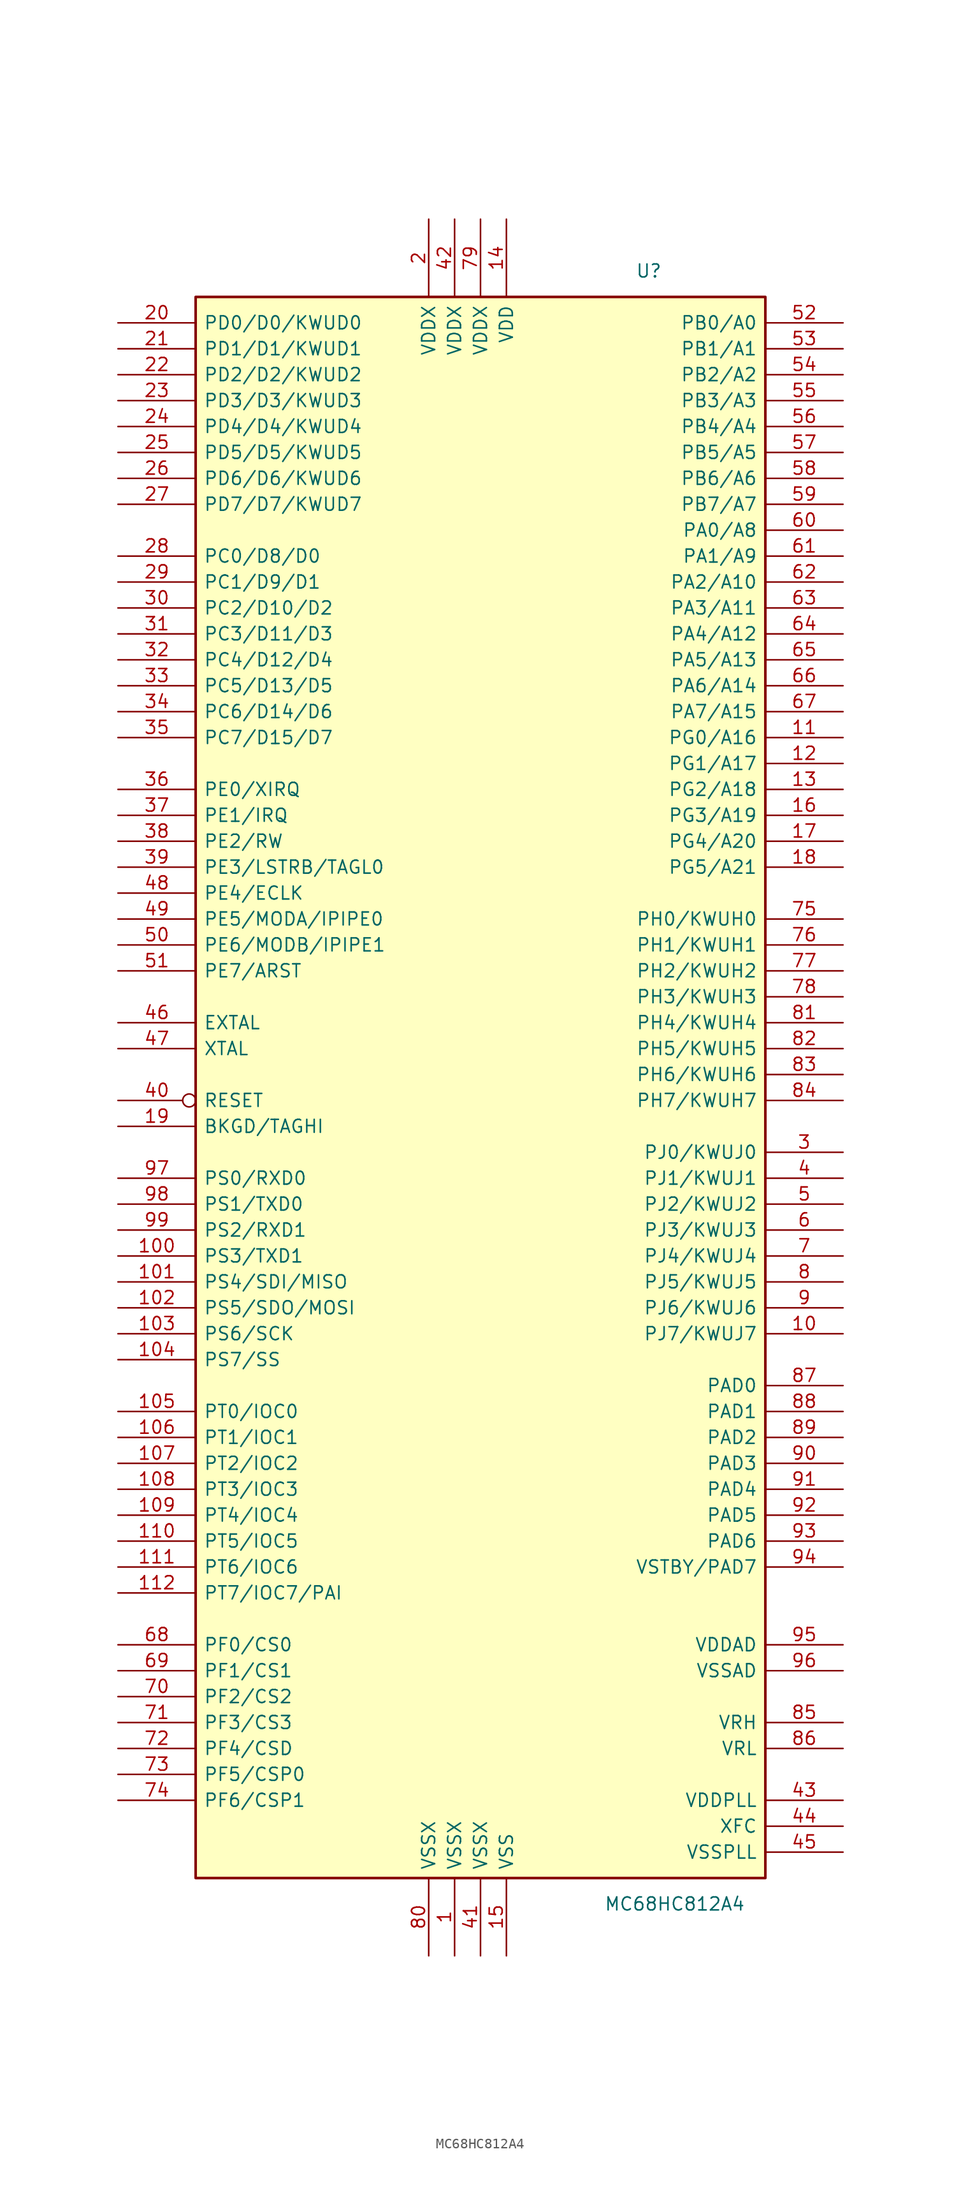
<source format=kicad_sym>
(kicad_symbol_lib
  (version 20211014)
  (generator kicad_symbol_editor)
  (symbol "MC68HC812A4"
    (pin_names
      (offset 0.762))
    (property "Reference" "U"
      (at 16.51 86.36 0)
      (effects (font (size 1.27 1.27))))
    (property "Value" "MC68HC812A4"
      (at 19.05 -73.66 0)
      (effects (font (size 1.27 1.27))))
    (symbol "MC68HC812A4_0_1"
      (rectangle (start -27.94 83.82) (end 27.94 -71.12) (stroke (width 0.254) (type default) (color 0 0 0 0)) (fill (type background))))
    (symbol "MC68HC812A4_1_1"
      (pin power_in line (at -2.54 -78.74 90) (length 7.62) (name "VSSX" (effects (font (size 1.27 1.27)))) (number "1" (effects (font (size 1.27 1.27)))))
      (pin bidirectional line (at 35.56 -17.78 180) (length 7.62) (name "PJ7/KWUJ7" (effects (font (size 1.27 1.27)))) (number "10" (effects (font (size 1.27 1.27)))))
      (pin bidirectional line (at -35.56 -10.16 0) (length 7.62) (name "PS3/TXD1" (effects (font (size 1.27 1.27)))) (number "100" (effects (font (size 1.27 1.27)))))
      (pin bidirectional line (at -35.56 -12.7 0) (length 7.62) (name "PS4/SDI/MISO" (effects (font (size 1.27 1.27)))) (number "101" (effects (font (size 1.27 1.27)))))
      (pin bidirectional line (at -35.56 -15.24 0) (length 7.62) (name "PS5/SDO/MOSI" (effects (font (size 1.27 1.27)))) (number "102" (effects (font (size 1.27 1.27)))))
      (pin bidirectional line (at -35.56 -17.78 0) (length 7.62) (name "PS6/SCK" (effects (font (size 1.27 1.27)))) (number "103" (effects (font (size 1.27 1.27)))))
      (pin bidirectional line (at -35.56 -20.32 0) (length 7.62) (name "PS7/SS" (effects (font (size 1.27 1.27)))) (number "104" (effects (font (size 1.27 1.27)))))
      (pin bidirectional line (at -35.56 -25.4 0) (length 7.62) (name "PT0/IOC0" (effects (font (size 1.27 1.27)))) (number "105" (effects (font (size 1.27 1.27)))))
      (pin bidirectional line (at -35.56 -27.94 0) (length 7.62) (name "PT1/IOC1" (effects (font (size 1.27 1.27)))) (number "106" (effects (font (size 1.27 1.27)))))
      (pin bidirectional line (at -35.56 -30.48 0) (length 7.62) (name "PT2/IOC2" (effects (font (size 1.27 1.27)))) (number "107" (effects (font (size 1.27 1.27)))))
      (pin bidirectional line (at -35.56 -33.02 0) (length 7.62) (name "PT3/IOC3" (effects (font (size 1.27 1.27)))) (number "108" (effects (font (size 1.27 1.27)))))
      (pin bidirectional line (at -35.56 -35.56 0) (length 7.62) (name "PT4/IOC4" (effects (font (size 1.27 1.27)))) (number "109" (effects (font (size 1.27 1.27)))))
      (pin bidirectional line (at 35.56 40.64 180) (length 7.62) (name "PG0/A16" (effects (font (size 1.27 1.27)))) (number "11" (effects (font (size 1.27 1.27)))))
      (pin bidirectional line (at -35.56 -38.1 0) (length 7.62) (name "PT5/IOC5" (effects (font (size 1.27 1.27)))) (number "110" (effects (font (size 1.27 1.27)))))
      (pin bidirectional line (at -35.56 -40.64 0) (length 7.62) (name "PT6/IOC6" (effects (font (size 1.27 1.27)))) (number "111" (effects (font (size 1.27 1.27)))))
      (pin bidirectional line (at -35.56 -43.18 0) (length 7.62) (name "PT7/IOC7/PAI" (effects (font (size 1.27 1.27)))) (number "112" (effects (font (size 1.27 1.27)))))
      (pin bidirectional line (at 35.56 38.1 180) (length 7.62) (name "PG1/A17" (effects (font (size 1.27 1.27)))) (number "12" (effects (font (size 1.27 1.27)))))
      (pin bidirectional line (at 35.56 35.56 180) (length 7.62) (name "PG2/A18" (effects (font (size 1.27 1.27)))) (number "13" (effects (font (size 1.27 1.27)))))
      (pin power_in line (at 2.54 91.44 270) (length 7.62) (name "VDD" (effects (font (size 1.27 1.27)))) (number "14" (effects (font (size 1.27 1.27)))))
      (pin power_in line (at 2.54 -78.74 90) (length 7.62) (name "VSS" (effects (font (size 1.27 1.27)))) (number "15" (effects (font (size 1.27 1.27)))))
      (pin bidirectional line (at 35.56 33.02 180) (length 7.62) (name "PG3/A19" (effects (font (size 1.27 1.27)))) (number "16" (effects (font (size 1.27 1.27)))))
      (pin bidirectional line (at 35.56 30.48 180) (length 7.62) (name "PG4/A20" (effects (font (size 1.27 1.27)))) (number "17" (effects (font (size 1.27 1.27)))))
      (pin bidirectional line (at 35.56 27.94 180) (length 7.62) (name "PG5/A21" (effects (font (size 1.27 1.27)))) (number "18" (effects (font (size 1.27 1.27)))))
      (pin bidirectional line (at -35.56 2.54 0) (length 7.62) (name "BKGD/TAGHI" (effects (font (size 1.27 1.27)))) (number "19" (effects (font (size 1.27 1.27)))))
      (pin power_in line (at -5.08 91.44 270) (length 7.62) (name "VDDX" (effects (font (size 1.27 1.27)))) (number "2" (effects (font (size 1.27 1.27)))))
      (pin bidirectional line (at -35.56 81.28 0) (length 7.62) (name "PD0/D0/KWUD0" (effects (font (size 1.27 1.27)))) (number "20" (effects (font (size 1.27 1.27)))))
      (pin bidirectional line (at -35.56 78.74 0) (length 7.62) (name "PD1/D1/KWUD1" (effects (font (size 1.27 1.27)))) (number "21" (effects (font (size 1.27 1.27)))))
      (pin bidirectional line (at -35.56 76.2 0) (length 7.62) (name "PD2/D2/KWUD2" (effects (font (size 1.27 1.27)))) (number "22" (effects (font (size 1.27 1.27)))))
      (pin bidirectional line (at -35.56 73.66 0) (length 7.62) (name "PD3/D3/KWUD3" (effects (font (size 1.27 1.27)))) (number "23" (effects (font (size 1.27 1.27)))))
      (pin bidirectional line (at -35.56 71.12 0) (length 7.62) (name "PD4/D4/KWUD4" (effects (font (size 1.27 1.27)))) (number "24" (effects (font (size 1.27 1.27)))))
      (pin bidirectional line (at -35.56 68.58 0) (length 7.62) (name "PD5/D5/KWUD5" (effects (font (size 1.27 1.27)))) (number "25" (effects (font (size 1.27 1.27)))))
      (pin bidirectional line (at -35.56 66.04 0) (length 7.62) (name "PD6/D6/KWUD6" (effects (font (size 1.27 1.27)))) (number "26" (effects (font (size 1.27 1.27)))))
      (pin bidirectional line (at -35.56 63.5 0) (length 7.62) (name "PD7/D7/KWUD7" (effects (font (size 1.27 1.27)))) (number "27" (effects (font (size 1.27 1.27)))))
      (pin bidirectional line (at -35.56 58.42 0) (length 7.62) (name "PC0/D8/D0" (effects (font (size 1.27 1.27)))) (number "28" (effects (font (size 1.27 1.27)))))
      (pin bidirectional line (at -35.56 55.88 0) (length 7.62) (name "PC1/D9/D1" (effects (font (size 1.27 1.27)))) (number "29" (effects (font (size 1.27 1.27)))))
      (pin bidirectional line (at 35.56 0 180) (length 7.62) (name "PJ0/KWUJ0" (effects (font (size 1.27 1.27)))) (number "3" (effects (font (size 1.27 1.27)))))
      (pin bidirectional line (at -35.56 53.34 0) (length 7.62) (name "PC2/D10/D2" (effects (font (size 1.27 1.27)))) (number "30" (effects (font (size 1.27 1.27)))))
      (pin bidirectional line (at -35.56 50.8 0) (length 7.62) (name "PC3/D11/D3" (effects (font (size 1.27 1.27)))) (number "31" (effects (font (size 1.27 1.27)))))
      (pin bidirectional line (at -35.56 48.26 0) (length 7.62) (name "PC4/D12/D4" (effects (font (size 1.27 1.27)))) (number "32" (effects (font (size 1.27 1.27)))))
      (pin bidirectional line (at -35.56 45.72 0) (length 7.62) (name "PC5/D13/D5" (effects (font (size 1.27 1.27)))) (number "33" (effects (font (size 1.27 1.27)))))
      (pin bidirectional line (at -35.56 43.18 0) (length 7.62) (name "PC6/D14/D6" (effects (font (size 1.27 1.27)))) (number "34" (effects (font (size 1.27 1.27)))))
      (pin bidirectional line (at -35.56 40.64 0) (length 7.62) (name "PC7/D15/D7" (effects (font (size 1.27 1.27)))) (number "35" (effects (font (size 1.27 1.27)))))
      (pin input line (at -35.56 35.56 0) (length 7.62) (name "PE0/XIRQ" (effects (font (size 1.27 1.27)))) (number "36" (effects (font (size 1.27 1.27)))))
      (pin input line (at -35.56 33.02 0) (length 7.62) (name "PE1/IRQ" (effects (font (size 1.27 1.27)))) (number "37" (effects (font (size 1.27 1.27)))))
      (pin bidirectional line (at -35.56 30.48 0) (length 7.62) (name "PE2/RW" (effects (font (size 1.27 1.27)))) (number "38" (effects (font (size 1.27 1.27)))))
      (pin bidirectional line (at -35.56 27.94 0) (length 7.62) (name "PE3/LSTRB/TAGL0" (effects (font (size 1.27 1.27)))) (number "39" (effects (font (size 1.27 1.27)))))
      (pin bidirectional line (at 35.56 -2.54 180) (length 7.62) (name "PJ1/KWUJ1" (effects (font (size 1.27 1.27)))) (number "4" (effects (font (size 1.27 1.27)))))
      (pin bidirectional inverted (at -35.56 5.08 0) (length 7.62) (name "RESET" (effects (font (size 1.27 1.27)))) (number "40" (effects (font (size 1.27 1.27)))))
      (pin power_in line (at 0 -78.74 90) (length 7.62) (name "VSSX" (effects (font (size 1.27 1.27)))) (number "41" (effects (font (size 1.27 1.27)))))
      (pin power_in line (at -2.54 91.44 270) (length 7.62) (name "VDDX" (effects (font (size 1.27 1.27)))) (number "42" (effects (font (size 1.27 1.27)))))
      (pin input line (at 35.56 -63.5 180) (length 7.62) (name "VDDPLL" (effects (font (size 1.27 1.27)))) (number "43" (effects (font (size 1.27 1.27)))))
      (pin passive line (at 35.56 -66.04 180) (length 7.62) (name "XFC" (effects (font (size 1.27 1.27)))) (number "44" (effects (font (size 1.27 1.27)))))
      (pin input line (at 35.56 -68.58 180) (length 7.62) (name "VSSPLL" (effects (font (size 1.27 1.27)))) (number "45" (effects (font (size 1.27 1.27)))))
      (pin input line (at -35.56 12.7 0) (length 7.62) (name "EXTAL" (effects (font (size 1.27 1.27)))) (number "46" (effects (font (size 1.27 1.27)))))
      (pin output line (at -35.56 10.16 0) (length 7.62) (name "XTAL" (effects (font (size 1.27 1.27)))) (number "47" (effects (font (size 1.27 1.27)))))
      (pin bidirectional line (at -35.56 25.4 0) (length 7.62) (name "PE4/ECLK" (effects (font (size 1.27 1.27)))) (number "48" (effects (font (size 1.27 1.27)))))
      (pin bidirectional line (at -35.56 22.86 0) (length 7.62) (name "PE5/MODA/IPIPE0" (effects (font (size 1.27 1.27)))) (number "49" (effects (font (size 1.27 1.27)))))
      (pin bidirectional line (at 35.56 -5.08 180) (length 7.62) (name "PJ2/KWUJ2" (effects (font (size 1.27 1.27)))) (number "5" (effects (font (size 1.27 1.27)))))
      (pin bidirectional line (at -35.56 20.32 0) (length 7.62) (name "PE6/MODB/IPIPE1" (effects (font (size 1.27 1.27)))) (number "50" (effects (font (size 1.27 1.27)))))
      (pin bidirectional line (at -35.56 17.78 0) (length 7.62) (name "PE7/ARST" (effects (font (size 1.27 1.27)))) (number "51" (effects (font (size 1.27 1.27)))))
      (pin bidirectional line (at 35.56 81.28 180) (length 7.62) (name "PB0/A0" (effects (font (size 1.27 1.27)))) (number "52" (effects (font (size 1.27 1.27)))))
      (pin bidirectional line (at 35.56 78.74 180) (length 7.62) (name "PB1/A1" (effects (font (size 1.27 1.27)))) (number "53" (effects (font (size 1.27 1.27)))))
      (pin bidirectional line (at 35.56 76.2 180) (length 7.62) (name "PB2/A2" (effects (font (size 1.27 1.27)))) (number "54" (effects (font (size 1.27 1.27)))))
      (pin bidirectional line (at 35.56 73.66 180) (length 7.62) (name "PB3/A3" (effects (font (size 1.27 1.27)))) (number "55" (effects (font (size 1.27 1.27)))))
      (pin bidirectional line (at 35.56 71.12 180) (length 7.62) (name "PB4/A4" (effects (font (size 1.27 1.27)))) (number "56" (effects (font (size 1.27 1.27)))))
      (pin bidirectional line (at 35.56 68.58 180) (length 7.62) (name "PB5/A5" (effects (font (size 1.27 1.27)))) (number "57" (effects (font (size 1.27 1.27)))))
      (pin bidirectional line (at 35.56 66.04 180) (length 7.62) (name "PB6/A6" (effects (font (size 1.27 1.27)))) (number "58" (effects (font (size 1.27 1.27)))))
      (pin bidirectional line (at 35.56 63.5 180) (length 7.62) (name "PB7/A7" (effects (font (size 1.27 1.27)))) (number "59" (effects (font (size 1.27 1.27)))))
      (pin bidirectional line (at 35.56 -7.62 180) (length 7.62) (name "PJ3/KWUJ3" (effects (font (size 1.27 1.27)))) (number "6" (effects (font (size 1.27 1.27)))))
      (pin bidirectional line (at 35.56 60.96 180) (length 7.62) (name "PA0/A8" (effects (font (size 1.27 1.27)))) (number "60" (effects (font (size 1.27 1.27)))))
      (pin bidirectional line (at 35.56 58.42 180) (length 7.62) (name "PA1/A9" (effects (font (size 1.27 1.27)))) (number "61" (effects (font (size 1.27 1.27)))))
      (pin bidirectional line (at 35.56 55.88 180) (length 7.62) (name "PA2/A10" (effects (font (size 1.27 1.27)))) (number "62" (effects (font (size 1.27 1.27)))))
      (pin bidirectional line (at 35.56 53.34 180) (length 7.62) (name "PA3/A11" (effects (font (size 1.27 1.27)))) (number "63" (effects (font (size 1.27 1.27)))))
      (pin bidirectional line (at 35.56 50.8 180) (length 7.62) (name "PA4/A12" (effects (font (size 1.27 1.27)))) (number "64" (effects (font (size 1.27 1.27)))))
      (pin bidirectional line (at 35.56 48.26 180) (length 7.62) (name "PA5/A13" (effects (font (size 1.27 1.27)))) (number "65" (effects (font (size 1.27 1.27)))))
      (pin bidirectional line (at 35.56 45.72 180) (length 7.62) (name "PA6/A14" (effects (font (size 1.27 1.27)))) (number "66" (effects (font (size 1.27 1.27)))))
      (pin bidirectional line (at 35.56 43.18 180) (length 7.62) (name "PA7/A15" (effects (font (size 1.27 1.27)))) (number "67" (effects (font (size 1.27 1.27)))))
      (pin bidirectional line (at -35.56 -48.26 0) (length 7.62) (name "PF0/CS0" (effects (font (size 1.27 1.27)))) (number "68" (effects (font (size 1.27 1.27)))))
      (pin bidirectional line (at -35.56 -50.8 0) (length 7.62) (name "PF1/CS1" (effects (font (size 1.27 1.27)))) (number "69" (effects (font (size 1.27 1.27)))))
      (pin bidirectional line (at 35.56 -10.16 180) (length 7.62) (name "PJ4/KWUJ4" (effects (font (size 1.27 1.27)))) (number "7" (effects (font (size 1.27 1.27)))))
      (pin bidirectional line (at -35.56 -53.34 0) (length 7.62) (name "PF2/CS2" (effects (font (size 1.27 1.27)))) (number "70" (effects (font (size 1.27 1.27)))))
      (pin bidirectional line (at -35.56 -55.88 0) (length 7.62) (name "PF3/CS3" (effects (font (size 1.27 1.27)))) (number "71" (effects (font (size 1.27 1.27)))))
      (pin bidirectional line (at -35.56 -58.42 0) (length 7.62) (name "PF4/CSD" (effects (font (size 1.27 1.27)))) (number "72" (effects (font (size 1.27 1.27)))))
      (pin bidirectional line (at -35.56 -60.96 0) (length 7.62) (name "PF5/CSP0" (effects (font (size 1.27 1.27)))) (number "73" (effects (font (size 1.27 1.27)))))
      (pin bidirectional line (at -35.56 -63.5 0) (length 7.62) (name "PF6/CSP1" (effects (font (size 1.27 1.27)))) (number "74" (effects (font (size 1.27 1.27)))))
      (pin bidirectional line (at 35.56 22.86 180) (length 7.62) (name "PH0/KWUH0" (effects (font (size 1.27 1.27)))) (number "75" (effects (font (size 1.27 1.27)))))
      (pin bidirectional line (at 35.56 20.32 180) (length 7.62) (name "PH1/KWUH1" (effects (font (size 1.27 1.27)))) (number "76" (effects (font (size 1.27 1.27)))))
      (pin bidirectional line (at 35.56 17.78 180) (length 7.62) (name "PH2/KWUH2" (effects (font (size 1.27 1.27)))) (number "77" (effects (font (size 1.27 1.27)))))
      (pin bidirectional line (at 35.56 15.24 180) (length 7.62) (name "PH3/KWUH3" (effects (font (size 1.27 1.27)))) (number "78" (effects (font (size 1.27 1.27)))))
      (pin power_in line (at 0 91.44 270) (length 7.62) (name "VDDX" (effects (font (size 1.27 1.27)))) (number "79" (effects (font (size 1.27 1.27)))))
      (pin bidirectional line (at 35.56 -12.7 180) (length 7.62) (name "PJ5/KWUJ5" (effects (font (size 1.27 1.27)))) (number "8" (effects (font (size 1.27 1.27)))))
      (pin power_in line (at -5.08 -78.74 90) (length 7.62) (name "VSSX" (effects (font (size 1.27 1.27)))) (number "80" (effects (font (size 1.27 1.27)))))
      (pin bidirectional line (at 35.56 12.7 180) (length 7.62) (name "PH4/KWUH4" (effects (font (size 1.27 1.27)))) (number "81" (effects (font (size 1.27 1.27)))))
      (pin bidirectional line (at 35.56 10.16 180) (length 7.62) (name "PH5/KWUH5" (effects (font (size 1.27 1.27)))) (number "82" (effects (font (size 1.27 1.27)))))
      (pin bidirectional line (at 35.56 7.62 180) (length 7.62) (name "PH6/KWUH6" (effects (font (size 1.27 1.27)))) (number "83" (effects (font (size 1.27 1.27)))))
      (pin bidirectional line (at 35.56 5.08 180) (length 7.62) (name "PH7/KWUH7" (effects (font (size 1.27 1.27)))) (number "84" (effects (font (size 1.27 1.27)))))
      (pin input line (at 35.56 -55.88 180) (length 7.62) (name "VRH" (effects (font (size 1.27 1.27)))) (number "85" (effects (font (size 1.27 1.27)))))
      (pin input line (at 35.56 -58.42 180) (length 7.62) (name "VRL" (effects (font (size 1.27 1.27)))) (number "86" (effects (font (size 1.27 1.27)))))
      (pin input line (at 35.56 -22.86 180) (length 7.62) (name "PAD0" (effects (font (size 1.27 1.27)))) (number "87" (effects (font (size 1.27 1.27)))))
      (pin input line (at 35.56 -25.4 180) (length 7.62) (name "PAD1" (effects (font (size 1.27 1.27)))) (number "88" (effects (font (size 1.27 1.27)))))
      (pin input line (at 35.56 -27.94 180) (length 7.62) (name "PAD2" (effects (font (size 1.27 1.27)))) (number "89" (effects (font (size 1.27 1.27)))))
      (pin bidirectional line (at 35.56 -15.24 180) (length 7.62) (name "PJ6/KWUJ6" (effects (font (size 1.27 1.27)))) (number "9" (effects (font (size 1.27 1.27)))))
      (pin input line (at 35.56 -30.48 180) (length 7.62) (name "PAD3" (effects (font (size 1.27 1.27)))) (number "90" (effects (font (size 1.27 1.27)))))
      (pin input line (at 35.56 -33.02 180) (length 7.62) (name "PAD4" (effects (font (size 1.27 1.27)))) (number "91" (effects (font (size 1.27 1.27)))))
      (pin input line (at 35.56 -35.56 180) (length 7.62) (name "PAD5" (effects (font (size 1.27 1.27)))) (number "92" (effects (font (size 1.27 1.27)))))
      (pin input line (at 35.56 -38.1 180) (length 7.62) (name "PAD6" (effects (font (size 1.27 1.27)))) (number "93" (effects (font (size 1.27 1.27)))))
      (pin input line (at 35.56 -40.64 180) (length 7.62) (name "VSTBY/PAD7" (effects (font (size 1.27 1.27)))) (number "94" (effects (font (size 1.27 1.27)))))
      (pin input line (at 35.56 -48.26 180) (length 7.62) (name "VDDAD" (effects (font (size 1.27 1.27)))) (number "95" (effects (font (size 1.27 1.27)))))
      (pin input line (at 35.56 -50.8 180) (length 7.62) (name "VSSAD" (effects (font (size 1.27 1.27)))) (number "96" (effects (font (size 1.27 1.27)))))
      (pin bidirectional line (at -35.56 -2.54 0) (length 7.62) (name "PS0/RXD0" (effects (font (size 1.27 1.27)))) (number "97" (effects (font (size 1.27 1.27)))))
      (pin bidirectional line (at -35.56 -5.08 0) (length 7.62) (name "PS1/TXD0" (effects (font (size 1.27 1.27)))) (number "98" (effects (font (size 1.27 1.27)))))
      (pin bidirectional line (at -35.56 -7.62 0) (length 7.62) (name "PS2/RXD1" (effects (font (size 1.27 1.27)))) (number "99" (effects (font (size 1.27 1.27))))))))
</source>
